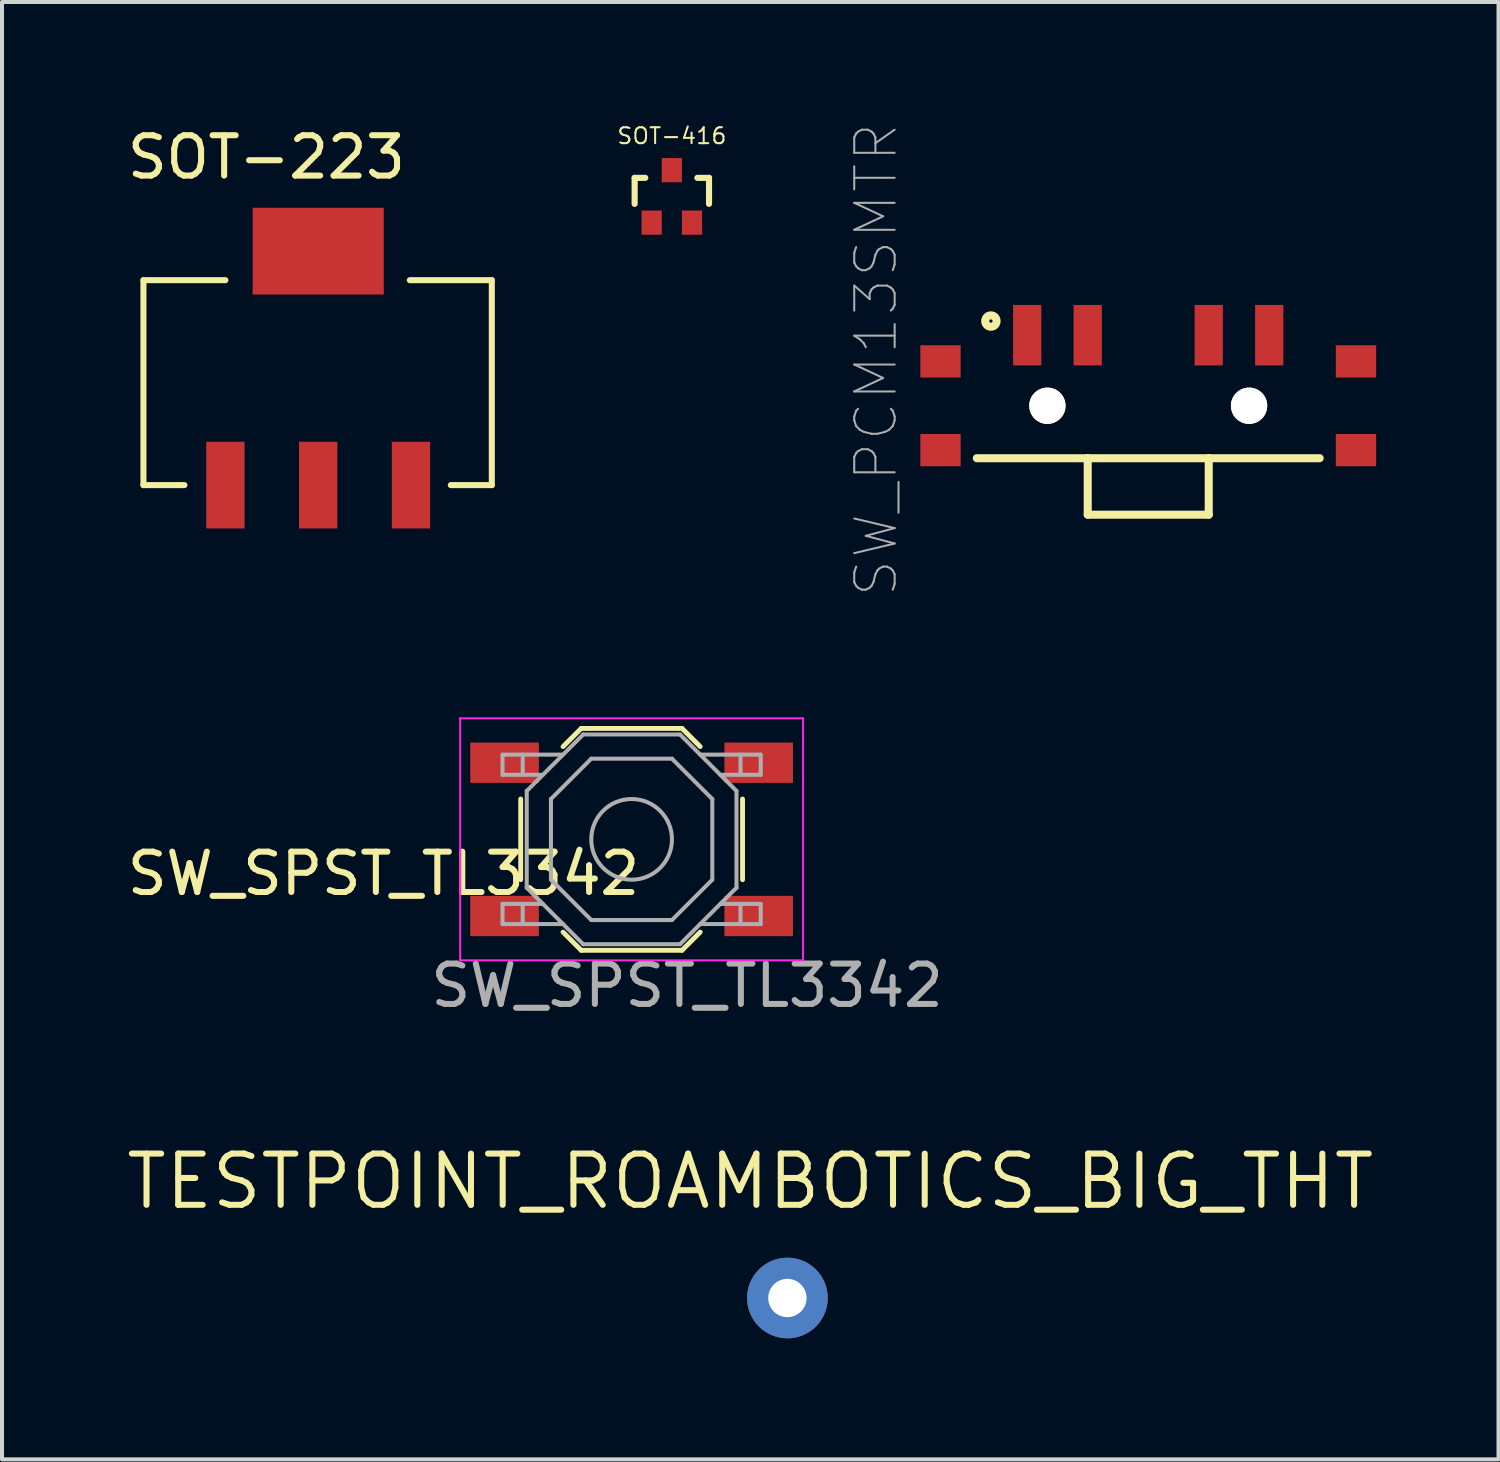
<source format=kicad_pcb>
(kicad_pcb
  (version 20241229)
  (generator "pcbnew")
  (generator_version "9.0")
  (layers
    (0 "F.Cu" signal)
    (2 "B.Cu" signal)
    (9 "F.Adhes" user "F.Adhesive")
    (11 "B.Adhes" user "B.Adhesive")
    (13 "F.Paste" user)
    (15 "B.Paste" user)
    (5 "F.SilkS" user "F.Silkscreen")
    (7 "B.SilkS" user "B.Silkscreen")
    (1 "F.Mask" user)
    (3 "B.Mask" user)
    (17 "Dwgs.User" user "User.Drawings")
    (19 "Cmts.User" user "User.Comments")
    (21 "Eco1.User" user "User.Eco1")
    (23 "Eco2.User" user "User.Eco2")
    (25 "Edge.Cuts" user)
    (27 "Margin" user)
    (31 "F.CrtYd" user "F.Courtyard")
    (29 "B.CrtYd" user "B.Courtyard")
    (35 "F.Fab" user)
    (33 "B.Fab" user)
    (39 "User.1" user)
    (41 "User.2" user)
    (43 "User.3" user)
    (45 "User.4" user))
  (footprint "TESTPOINT_ROAMBOTICS_BIG_THT"
    (layer "F.Cu")
    (at 16.47 29.128)
    (property "Reference" "TESTPOINT_ROAMBOTICS_BIG_THT" (at -0.92 -2.89 0) (layer "F.SilkS") (effects (font (size 1.27 1.27) (thickness 0.15))))
    (attr through_hole)
    (pad "1" thru_hole circle (at 0 0) (size 2 2) (drill 0.95) (layers "*.Cu" "*.Mask")))
  (footprint "SW_SPST_TL3342"
    (layer "F.Cu")
    (at 12.608 17.758)
    (property "Reference" "SW_SPST_TL3342" (at -6.15 0.85 0) (layer "F.SilkS") (effects (font (size 1 1) (thickness 0.15))))
    (attr smd)
    (fp_line (start -2.75 -1) (end -2.75 1) (stroke (width 0.12) (type solid)) (layer "F.SilkS"))
    (fp_line (start -1.7 -2.3) (end -1.25 -2.75) (stroke (width 0.12) (type solid)) (layer "F.SilkS"))
    (fp_line (start -1.7 2.3) (end -1.25 2.75) (stroke (width 0.12) (type solid)) (layer "F.SilkS"))
    (fp_line (start -1.25 -2.75) (end 1.25 -2.75) (stroke (width 0.12) (type solid)) (layer "F.SilkS"))
    (fp_line (start -1.25 2.75) (end 1.25 2.75) (stroke (width 0.12) (type solid)) (layer "F.SilkS"))
    (fp_line (start 1.7 -2.3) (end 1.25 -2.75) (stroke (width 0.12) (type solid)) (layer "F.SilkS"))
    (fp_line (start 1.7 2.3) (end 1.25 2.75) (stroke (width 0.12) (type solid)) (layer "F.SilkS"))
    (fp_line (start 2.75 -1) (end 2.75 1) (stroke (width 0.12) (type solid)) (layer "F.SilkS"))
    (fp_line (start -4.25 -3) (end 4.25 -3) (stroke (width 0.05) (type solid)) (layer "F.CrtYd"))
    (fp_line (start -4.25 3) (end -4.25 -3) (stroke (width 0.05) (type solid)) (layer "F.CrtYd"))
    (fp_line (start 4.25 -3) (end 4.25 3) (stroke (width 0.05) (type solid)) (layer "F.CrtYd"))
    (fp_line (start 4.25 3) (end -4.25 3) (stroke (width 0.05) (type solid)) (layer "F.CrtYd"))
    (fp_line (start -3.2 -2.1) (end -3.2 -1.6) (stroke (width 0.1) (type solid)) (layer "F.Fab"))
    (fp_line (start -3.2 -1.6) (end -2.2 -1.6) (stroke (width 0.1) (type solid)) (layer "F.Fab"))
    (fp_line (start -3.2 1.6) (end -2.2 1.6) (stroke (width 0.1) (type solid)) (layer "F.Fab"))
    (fp_line (start -3.2 2.1) (end -3.2 1.6) (stroke (width 0.1) (type solid)) (layer "F.Fab"))
    (fp_line (start -2.7 -2.1) (end -2.7 -1.6) (stroke (width 0.1) (type solid)) (layer "F.Fab"))
    (fp_line (start -2.7 2.1) (end -2.7 1.6) (stroke (width 0.1) (type solid)) (layer "F.Fab"))
    (fp_line (start -2.6 -1.2) (end -2.6 1.2) (stroke (width 0.1) (type solid)) (layer "F.Fab"))
    (fp_line (start -2.6 1.2) (end -1.2 2.6) (stroke (width 0.1) (type solid)) (layer "F.Fab"))
    (fp_line (start -2 -1) (end -1 -2) (stroke (width 0.1) (type solid)) (layer "F.Fab"))
    (fp_line (start -2 1) (end -2 -1) (stroke (width 0.1) (type solid)) (layer "F.Fab"))
    (fp_line (start -1.7 -2.1) (end -3.2 -2.1) (stroke (width 0.1) (type solid)) (layer "F.Fab"))
    (fp_line (start -1.7 2.1) (end -3.2 2.1) (stroke (width 0.1) (type solid)) (layer "F.Fab"))
    (fp_line (start -1.2 -2.6) (end -2.6 -1.2) (stroke (width 0.1) (type solid)) (layer "F.Fab"))
    (fp_line (start -1.2 2.6) (end 1.2 2.6) (stroke (width 0.1) (type solid)) (layer "F.Fab"))
    (fp_line (start -1 -2) (end 1 -2) (stroke (width 0.1) (type solid)) (layer "F.Fab"))
    (fp_line (start -1 2) (end -2 1) (stroke (width 0.1) (type solid)) (layer "F.Fab"))
    (fp_line (start 1 -2) (end 2 -1) (stroke (width 0.1) (type solid)) (layer "F.Fab"))
    (fp_line (start 1 2) (end -1 2) (stroke (width 0.1) (type solid)) (layer "F.Fab"))
    (fp_line (start 1.2 -2.6) (end -1.2 -2.6) (stroke (width 0.1) (type solid)) (layer "F.Fab"))
    (fp_line (start 1.2 2.6) (end 2.6 1.2) (stroke (width 0.1) (type solid)) (layer "F.Fab"))
    (fp_line (start 1.7 -2.1) (end 3.2 -2.1) (stroke (width 0.1) (type solid)) (layer "F.Fab"))
    (fp_line (start 1.7 2.1) (end 3.2 2.1) (stroke (width 0.1) (type solid)) (layer "F.Fab"))
    (fp_line (start 2 -1) (end 2 1) (stroke (width 0.1) (type solid)) (layer "F.Fab"))
    (fp_line (start 2 1) (end 1 2) (stroke (width 0.1) (type solid)) (layer "F.Fab"))
    (fp_line (start 2.6 -1.2) (end 1.2 -2.6) (stroke (width 0.1) (type solid)) (layer "F.Fab"))
    (fp_line (start 2.6 1.2) (end 2.6 -1.2) (stroke (width 0.1) (type solid)) (layer "F.Fab"))
    (fp_line (start 2.7 -2.1) (end 2.7 -1.6) (stroke (width 0.1) (type solid)) (layer "F.Fab"))
    (fp_line (start 2.7 2.1) (end 2.7 1.6) (stroke (width 0.1) (type solid)) (layer "F.Fab"))
    (fp_line (start 3.2 -2.1) (end 3.2 -1.6) (stroke (width 0.1) (type solid)) (layer "F.Fab"))
    (fp_line (start 3.2 -1.6) (end 2.2 -1.6) (stroke (width 0.1) (type solid)) (layer "F.Fab"))
    (fp_line (start 3.2 1.6) (end 2.2 1.6) (stroke (width 0.1) (type solid)) (layer "F.Fab"))
    (fp_line (start 3.2 2.1) (end 3.2 1.6) (stroke (width 0.1) (type solid)) (layer "F.Fab"))
    (fp_circle (center 0 0) (end 1 0) (stroke (width 0.1) (type solid)) (fill no) (layer "F.Fab"))
    (fp_text user "${REFERENCE}" (at 1.375 3.625 0) (layer "F.Fab") (effects (font (size 1 1) (thickness 0.15))))
    (pad "1" smd rect (at -3.15 -1.9) (size 1.7 1) (layers "F.Cu" "F.Mask" "F.Paste"))
    (pad "1" smd rect (at 3.15 -1.9) (size 1.7 1) (layers "F.Cu" "F.Mask" "F.Paste"))
    (pad "2" smd rect (at -3.15 1.9) (size 1.7 1) (layers "F.Cu" "F.Mask" "F.Paste"))
    (pad "2" smd rect (at 3.15 1.9) (size 1.7 1) (layers "F.Cu" "F.Mask" "F.Paste")))
  (footprint "SW_PCM13SMTR"
    (layer "F.Cu")
    (at 25.415 7.009)
    (property "Reference" "SW_PCM13SMTR" (at -6.747 -1.142 90) (layer "F.Fab") (effects (font (size 1.002 1.002) (thickness 0.05))))
    (attr smd)
    (fp_line (start -1.5 1.3) (end -4.25 1.3) (stroke (width 0.2) (type solid)) (layer "F.SilkS"))
    (fp_line (start -1.5 1.3) (end -1.5 2.7) (stroke (width 0.2) (type solid)) (layer "F.SilkS"))
    (fp_line (start -1.5 2.7) (end 1.5 2.7) (stroke (width 0.2) (type solid)) (layer "F.SilkS"))
    (fp_line (start 1.5 1.3) (end -1.5 1.3) (stroke (width 0.2) (type solid)) (layer "F.SilkS"))
    (fp_line (start 1.5 2.7) (end 1.5 1.3) (stroke (width 0.2) (type solid)) (layer "F.SilkS"))
    (fp_line (start 4.25 1.3) (end 1.5 1.3) (stroke (width 0.2) (type solid)) (layer "F.SilkS"))
    (fp_circle (center -3.9 -2.1) (end -3.759 -2.1) (stroke (width 0.2) (type solid)) (fill no) (layer "F.SilkS"))
    (fp_line (start -4.85 -1.3) (end 4.85 -1.3) (stroke (width 0.2) (type solid)) (layer "Eco2.User"))
    (pad "" np_thru_hole circle (at -2.5 0) (size 0.9 0.9) (drill 0.9) (layers "*.Cu" "*.Mask" "F.SilkS"))
    (pad "" np_thru_hole circle (at 2.5 0) (size 0.9 0.9) (drill 0.9) (layers "*.Cu" "*.Mask" "F.SilkS"))
    (pad "1" smd rect (at -3 -1.75 180) (size 0.7 1.5) (layers "F.Cu" "F.Mask" "F.Paste"))
    (pad "2" smd rect (at -1.5 -1.75 180) (size 0.7 1.5) (layers "F.Cu" "F.Mask" "F.Paste"))
    (pad "3" smd rect (at 1.5 -1.75 180) (size 0.7 1.5) (layers "F.Cu" "F.Mask" "F.Paste"))
    (pad "4" smd rect (at 3 -1.75 180) (size 0.7 1.5) (layers "F.Cu" "F.Mask" "F.Paste"))
    (pad "P$1" smd rect (at -5.15 -1.1) (size 1 0.8) (layers "F.Cu" "F.Mask" "F.Paste"))
    (pad "P$2" smd rect (at -5.15 1.1) (size 1 0.8) (layers "F.Cu" "F.Mask" "F.Paste"))
    (pad "P$3" smd rect (at 5.15 -1.1) (size 1 0.8) (layers "F.Cu" "F.Mask" "F.Paste"))
    (pad "P$4" smd rect (at 5.15 1.1) (size 1 0.8) (layers "F.Cu" "F.Mask" "F.Paste")))
  (footprint "SOT-416"
    (layer "F.Cu")
    (at 13.605 1.819)
    (property "Reference" "SOT-416" (at 0 -1.5 0) (layer "F.SilkS") (effects (font (size 0.395 0.395) (thickness 0.05))))
    (attr smd)
    (fp_line (start -0.922 -0.46) (end -0.658 -0.46) (stroke (width 0.152) (type solid)) (layer "F.SilkS"))
    (fp_line (start -0.922 0.185) (end -0.922 -0.46) (stroke (width 0.152) (type solid)) (layer "F.SilkS"))
    (fp_line (start 0.633 -0.46) (end 0.922 -0.46) (stroke (width 0.152) (type solid)) (layer "F.SilkS"))
    (fp_line (start 0.922 -0.46) (end 0.922 0.185) (stroke (width 0.152) (type solid)) (layer "F.SilkS"))
    (fp_line (start -0.922 -0.46) (end 0.922 -0.46) (stroke (width 0.152) (type solid)) (layer "Eco2.User"))
    (fp_line (start -0.922 0.66) (end -0.922 -0.46) (stroke (width 0.152) (type solid)) (layer "Eco2.User"))
    (fp_line (start 0.922 -0.46) (end 0.922 0.66) (stroke (width 0.152) (type solid)) (layer "Eco2.User"))
    (fp_line (start 0.922 0.66) (end -0.922 0.66) (stroke (width 0.152) (type solid)) (layer "Eco2.User"))
    (pad "1" smd rect (at -0.5 0.65) (size 0.5 0.6) (layers "F.Cu" "F.Mask" "F.Paste"))
    (pad "2" smd rect (at 0.5 0.65) (size 0.5 0.6) (layers "F.Cu" "F.Mask" "F.Paste"))
    (pad "3" smd rect (at 0 -0.65) (size 0.5 0.6) (layers "F.Cu" "F.Mask" "F.Paste")))
  (footprint "SOT-223"
    (layer "F.Cu")
    (at 2.538 8.976)
    (property "Reference" "SOT-223" (at 1.016 -8.128 0) (layer "F.SilkS") (effects (font (size 1 1) (thickness 0.15))))
    (attr through_hole)
    (fp_line (start -2.032 -5.08) (end -2.032 0) (stroke (width 0.15) (type solid)) (layer "F.SilkS"))
    (fp_line (start -2.032 -5.08) (end 0 -5.08) (stroke (width 0.15) (type solid)) (layer "F.SilkS"))
    (fp_line (start -2.032 0) (end -1.016 0) (stroke (width 0.15) (type solid)) (layer "F.SilkS"))
    (fp_line (start 4.572 -5.08) (end 6.604 -5.08) (stroke (width 0.15) (type solid)) (layer "F.SilkS"))
    (fp_line (start 6.604 -5.08) (end 6.604 0) (stroke (width 0.15) (type solid)) (layer "F.SilkS"))
    (fp_line (start 6.604 0) (end 5.588 0) (stroke (width 0.15) (type solid)) (layer "F.SilkS"))
    (pad "1" smd rect (at 0 0) (size 0.95 2.15) (layers "F.Cu" "F.Mask" "F.Paste"))
    (pad "2" smd rect (at 2.3 0) (size 0.95 2.15) (layers "F.Cu" "F.Mask" "F.Paste"))
    (pad "3" smd rect (at 4.6 0) (size 0.95 2.15) (layers "F.Cu" "F.Mask" "F.Paste"))
    (pad "4" smd rect (at 2.3 -5.8) (size 3.25 2.15) (layers "F.Cu" "F.Mask" "F.Paste")))
  (gr_rect
    (start -3 -3)
    (end 34.099 33.128)
    (stroke (width 0.1) (type default))
    (fill no)
    (layer "Edge.Cuts")))
</source>
